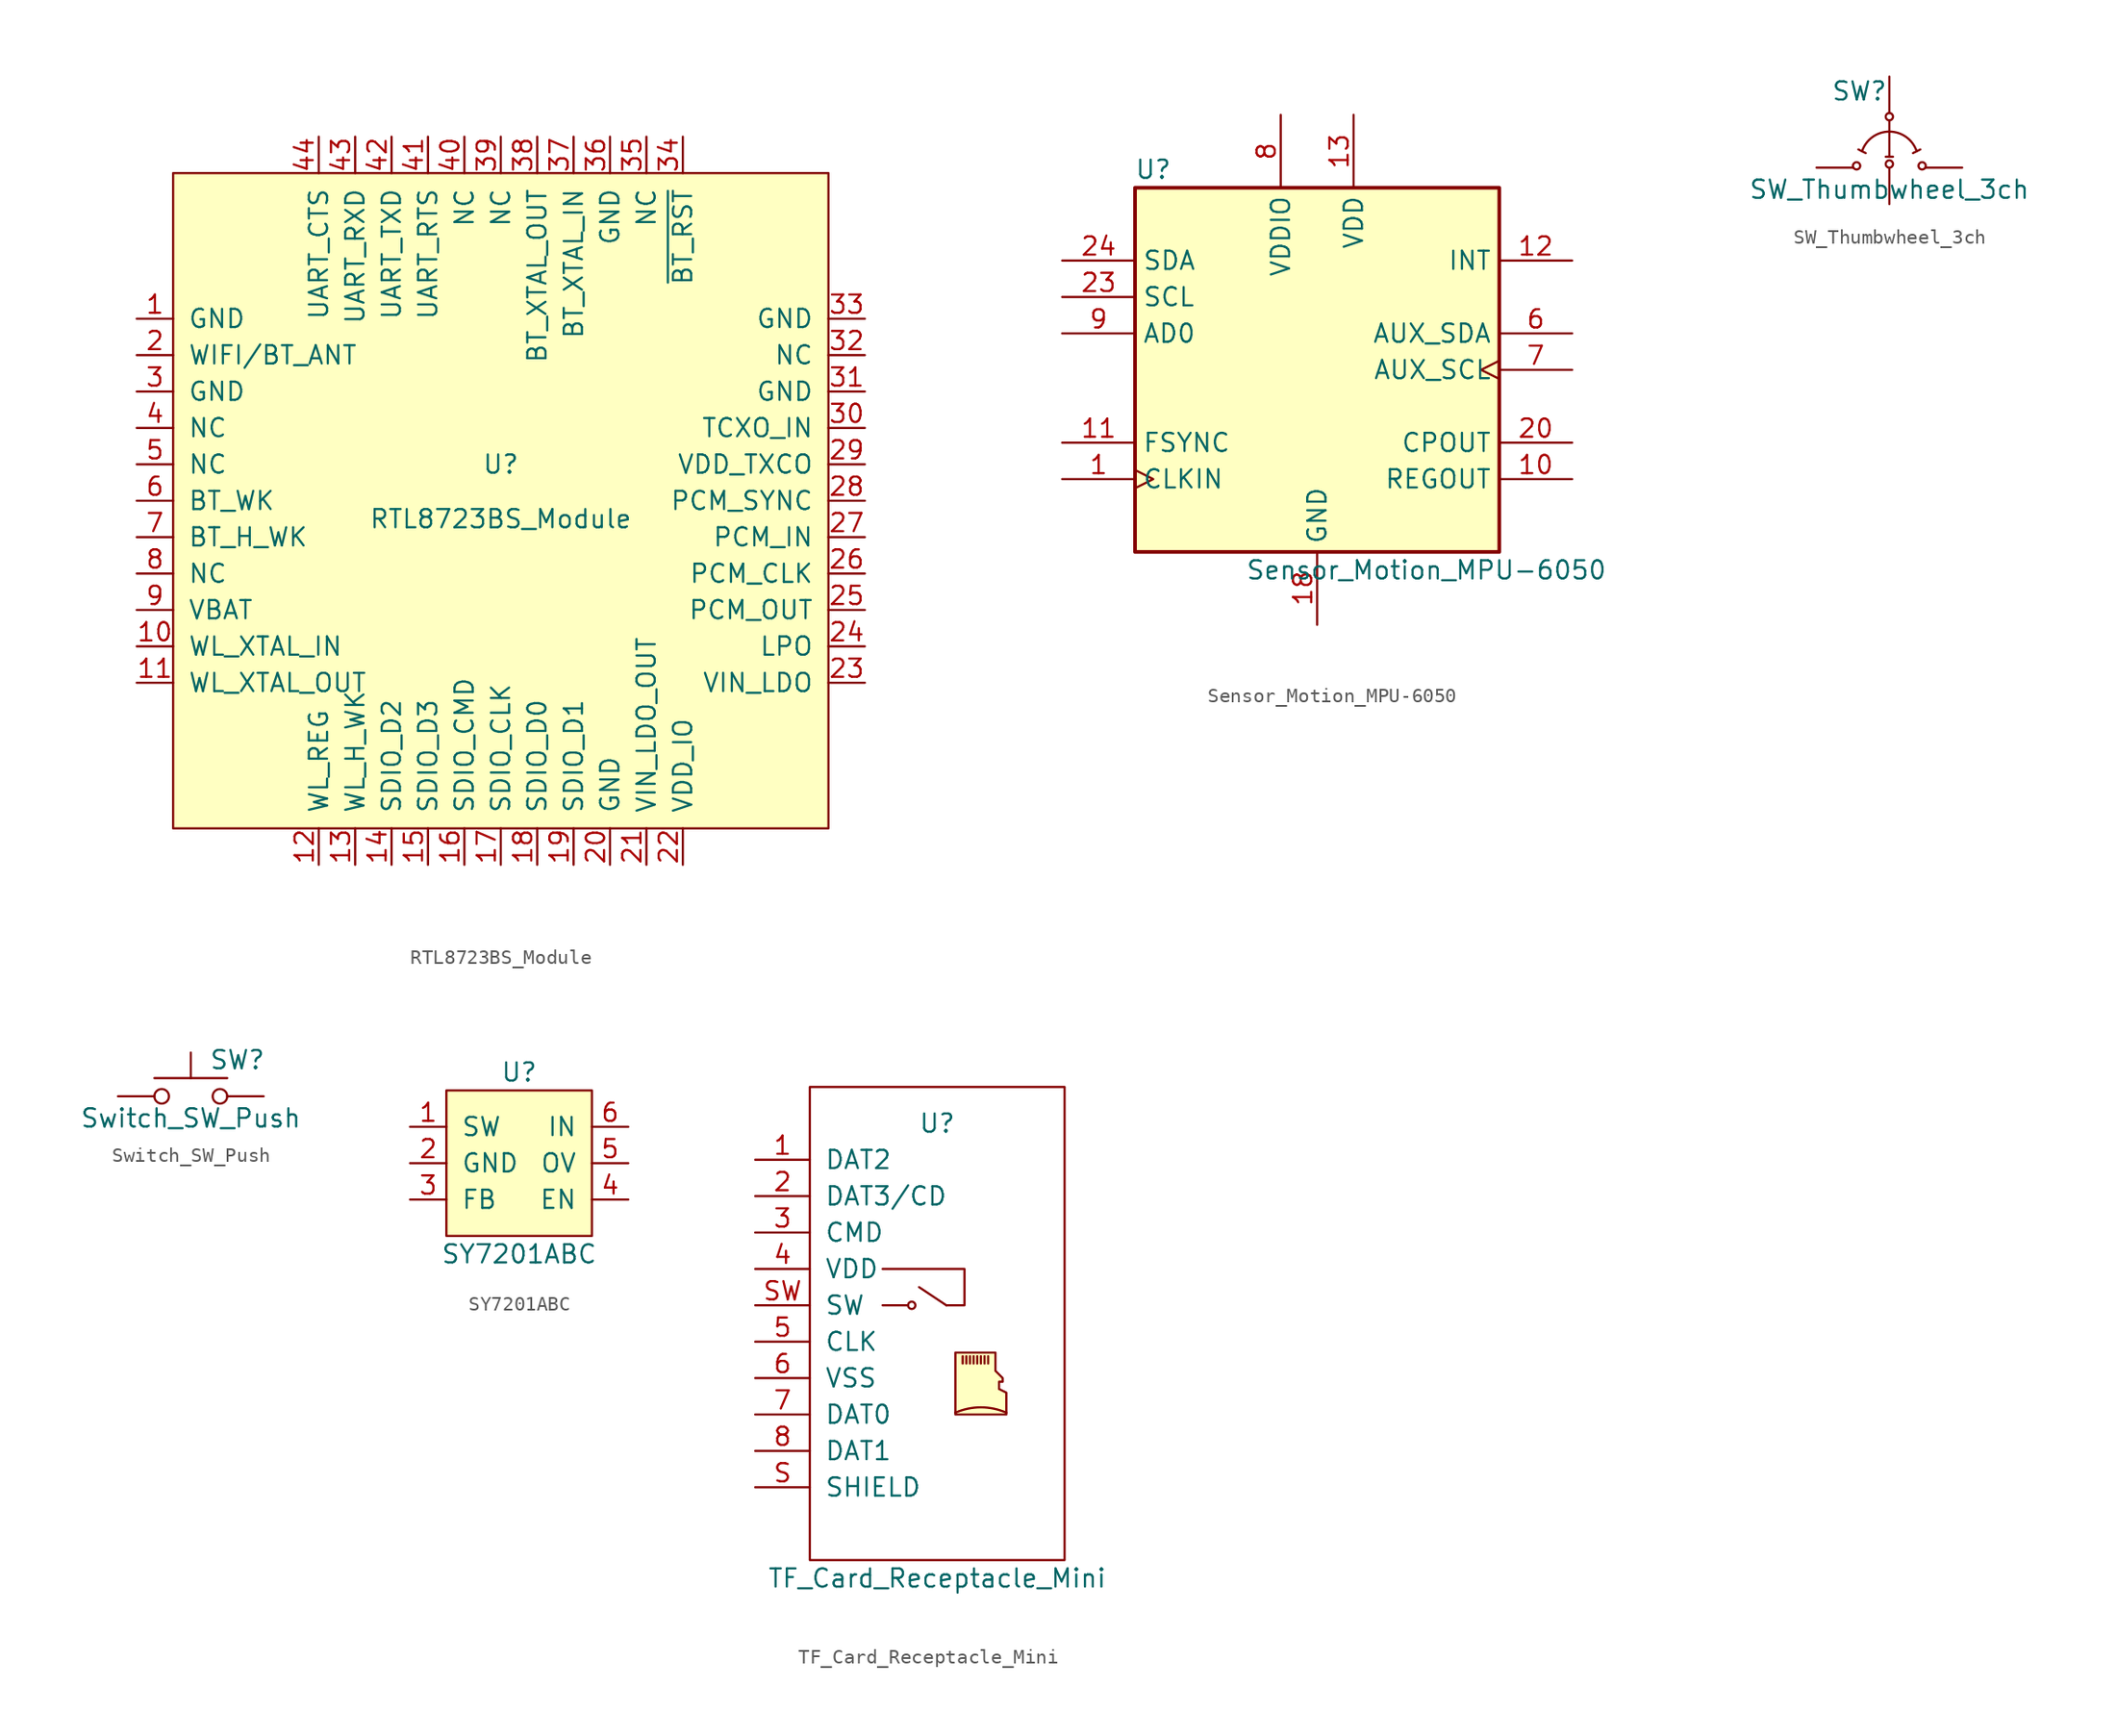
<source format=kicad_sym>
(kicad_symbol_lib
  (version 20201005)
  (generator kicad_symbol_editor)
  (symbol "xfdr0805:RTL8723BS_Module"
    (pin_names
      (offset 1.016))
    (property "Reference" "U"
      (at 0 2.54 0)
      (effects (font (size 1.27 1.27))))
    (property "Value" "RTL8723BS_Module"
      (at 0 -1.27 0)
      (effects (font (size 1.27 1.27))))
    (symbol "RTL8723BS_Module_0_1"
      (rectangle (start -22.86 22.86) (end 22.86 -22.86) (stroke (width 0)) (fill (type background))))
    (symbol "RTL8723BS_Module_1_1"
      (pin input line (at -25.4 12.7 0) (length 2.54) (name "GND" (effects (font (size 1.27 1.27)))) (number "1" (effects (font (size 1.27 1.27)))))
      (pin input line (at -25.4 -10.16 0) (length 2.54) (name "WL_XTAL_IN" (effects (font (size 1.27 1.27)))) (number "10" (effects (font (size 1.27 1.27)))))
      (pin input line (at -25.4 -12.7 0) (length 2.54) (name "WL_XTAL_OUT" (effects (font (size 1.27 1.27)))) (number "11" (effects (font (size 1.27 1.27)))))
      (pin input line (at -12.7 -25.4 90) (length 2.54) (name "WL_REG" (effects (font (size 1.27 1.27)))) (number "12" (effects (font (size 1.27 1.27)))))
      (pin input line (at -10.16 -25.4 90) (length 2.54) (name "WL_H_WK" (effects (font (size 1.27 1.27)))) (number "13" (effects (font (size 1.27 1.27)))))
      (pin input line (at -7.62 -25.4 90) (length 2.54) (name "SDIO_D2" (effects (font (size 1.27 1.27)))) (number "14" (effects (font (size 1.27 1.27)))))
      (pin input line (at -5.08 -25.4 90) (length 2.54) (name "SDIO_D3" (effects (font (size 1.27 1.27)))) (number "15" (effects (font (size 1.27 1.27)))))
      (pin input line (at -2.54 -25.4 90) (length 2.54) (name "SDIO_CMD" (effects (font (size 1.27 1.27)))) (number "16" (effects (font (size 1.27 1.27)))))
      (pin input line (at 0 -25.4 90) (length 2.54) (name "SDIO_CLK" (effects (font (size 1.27 1.27)))) (number "17" (effects (font (size 1.27 1.27)))))
      (pin input line (at 2.54 -25.4 90) (length 2.54) (name "SDIO_D0" (effects (font (size 1.27 1.27)))) (number "18" (effects (font (size 1.27 1.27)))))
      (pin input line (at 5.08 -25.4 90) (length 2.54) (name "SDIO_D1" (effects (font (size 1.27 1.27)))) (number "19" (effects (font (size 1.27 1.27)))))
      (pin input line (at -25.4 10.16 0) (length 2.54) (name "WIFI/BT_ANT" (effects (font (size 1.27 1.27)))) (number "2" (effects (font (size 1.27 1.27)))))
      (pin input line (at 7.62 -25.4 90) (length 2.54) (name "GND" (effects (font (size 1.27 1.27)))) (number "20" (effects (font (size 1.27 1.27)))))
      (pin input line (at 10.16 -25.4 90) (length 2.54) (name "VIN_LDO_OUT" (effects (font (size 1.27 1.27)))) (number "21" (effects (font (size 1.27 1.27)))))
      (pin input line (at 12.7 -25.4 90) (length 2.54) (name "VDD_IO" (effects (font (size 1.27 1.27)))) (number "22" (effects (font (size 1.27 1.27)))))
      (pin input line (at 25.4 -12.7 180) (length 2.54) (name "VIN_LDO" (effects (font (size 1.27 1.27)))) (number "23" (effects (font (size 1.27 1.27)))))
      (pin input line (at 25.4 -10.16 180) (length 2.54) (name "LPO" (effects (font (size 1.27 1.27)))) (number "24" (effects (font (size 1.27 1.27)))))
      (pin input line (at 25.4 -7.62 180) (length 2.54) (name "PCM_OUT" (effects (font (size 1.27 1.27)))) (number "25" (effects (font (size 1.27 1.27)))))
      (pin input line (at 25.4 -5.08 180) (length 2.54) (name "PCM_CLK" (effects (font (size 1.27 1.27)))) (number "26" (effects (font (size 1.27 1.27)))))
      (pin input line (at 25.4 -2.54 180) (length 2.54) (name "PCM_IN" (effects (font (size 1.27 1.27)))) (number "27" (effects (font (size 1.27 1.27)))))
      (pin input line (at 25.4 0 180) (length 2.54) (name "PCM_SYNC" (effects (font (size 1.27 1.27)))) (number "28" (effects (font (size 1.27 1.27)))))
      (pin input line (at 25.4 2.54 180) (length 2.54) (name "VDD_TXCO" (effects (font (size 1.27 1.27)))) (number "29" (effects (font (size 1.27 1.27)))))
      (pin input line (at -25.4 7.62 0) (length 2.54) (name "GND" (effects (font (size 1.27 1.27)))) (number "3" (effects (font (size 1.27 1.27)))))
      (pin input line (at 25.4 5.08 180) (length 2.54) (name "TCXO_IN" (effects (font (size 1.27 1.27)))) (number "30" (effects (font (size 1.27 1.27)))))
      (pin input line (at 25.4 7.62 180) (length 2.54) (name "GND" (effects (font (size 1.27 1.27)))) (number "31" (effects (font (size 1.27 1.27)))))
      (pin input line (at 25.4 10.16 180) (length 2.54) (name "NC" (effects (font (size 1.27 1.27)))) (number "32" (effects (font (size 1.27 1.27)))))
      (pin input line (at 25.4 12.7 180) (length 2.54) (name "GND" (effects (font (size 1.27 1.27)))) (number "33" (effects (font (size 1.27 1.27)))))
      (pin input line (at 12.7 25.4 270) (length 2.54) (name "~BT_RST" (effects (font (size 1.27 1.27)))) (number "34" (effects (font (size 1.27 1.27)))))
      (pin input line (at 10.16 25.4 270) (length 2.54) (name "NC" (effects (font (size 1.27 1.27)))) (number "35" (effects (font (size 1.27 1.27)))))
      (pin input line (at 7.62 25.4 270) (length 2.54) (name "GND" (effects (font (size 1.27 1.27)))) (number "36" (effects (font (size 1.27 1.27)))))
      (pin input line (at 5.08 25.4 270) (length 2.54) (name "BT_XTAL_IN" (effects (font (size 1.27 1.27)))) (number "37" (effects (font (size 1.27 1.27)))))
      (pin input line (at 2.54 25.4 270) (length 2.54) (name "BT_XTAL_OUT" (effects (font (size 1.27 1.27)))) (number "38" (effects (font (size 1.27 1.27)))))
      (pin input line (at 0 25.4 270) (length 2.54) (name "NC" (effects (font (size 1.27 1.27)))) (number "39" (effects (font (size 1.27 1.27)))))
      (pin input line (at -25.4 5.08 0) (length 2.54) (name "NC" (effects (font (size 1.27 1.27)))) (number "4" (effects (font (size 1.27 1.27)))))
      (pin input line (at -2.54 25.4 270) (length 2.54) (name "NC" (effects (font (size 1.27 1.27)))) (number "40" (effects (font (size 1.27 1.27)))))
      (pin input line (at -5.08 25.4 270) (length 2.54) (name "UART_RTS" (effects (font (size 1.27 1.27)))) (number "41" (effects (font (size 1.27 1.27)))))
      (pin input line (at -7.62 25.4 270) (length 2.54) (name "UART_TXD" (effects (font (size 1.27 1.27)))) (number "42" (effects (font (size 1.27 1.27)))))
      (pin input line (at -10.16 25.4 270) (length 2.54) (name "UART_RXD" (effects (font (size 1.27 1.27)))) (number "43" (effects (font (size 1.27 1.27)))))
      (pin input line (at -12.7 25.4 270) (length 2.54) (name "UART_CTS" (effects (font (size 1.27 1.27)))) (number "44" (effects (font (size 1.27 1.27)))))
      (pin input line (at -25.4 2.54 0) (length 2.54) (name "NC" (effects (font (size 1.27 1.27)))) (number "5" (effects (font (size 1.27 1.27)))))
      (pin input line (at -25.4 0 0) (length 2.54) (name "BT_WK" (effects (font (size 1.27 1.27)))) (number "6" (effects (font (size 1.27 1.27)))))
      (pin input line (at -25.4 -2.54 0) (length 2.54) (name "BT_H_WK" (effects (font (size 1.27 1.27)))) (number "7" (effects (font (size 1.27 1.27)))))
      (pin input line (at -25.4 -5.08 0) (length 2.54) (name "NC" (effects (font (size 1.27 1.27)))) (number "8" (effects (font (size 1.27 1.27)))))
      (pin input line (at -25.4 -7.62 0) (length 2.54) (name "VBAT" (effects (font (size 1.27 1.27)))) (number "9" (effects (font (size 1.27 1.27)))))))
  (symbol "xfdr0805:Sensor_Motion_MPU-6050"
    (property "Reference" "U"
      (at -11.43 13.97 0)
      (effects (font (size 1.27 1.27))))
    (property "Value" "Sensor_Motion_MPU-6050"
      (at 7.62 -13.97 0)
      (effects (font (size 1.27 1.27))))
    (symbol "Sensor_Motion_MPU-6050_0_1"
      (rectangle (start -12.7 12.7) (end 12.7 -12.7) (stroke (width 0.254)) (fill (type background))))
    (symbol "Sensor_Motion_MPU-6050_1_1"
      (pin input clock (at -17.78 -7.62 0) (length 5.08) (name "CLKIN" (effects (font (size 1.27 1.27)))) (number "1" (effects (font (size 1.27 1.27)))))
      (pin passive line (at 17.78 -7.62 180) (length 5.08) (name "REGOUT" (effects (font (size 1.27 1.27)))) (number "10" (effects (font (size 1.27 1.27)))))
      (pin input line (at -17.78 -5.08 0) (length 5.08) (name "FSYNC" (effects (font (size 1.27 1.27)))) (number "11" (effects (font (size 1.27 1.27)))))
      (pin output line (at 17.78 7.62 180) (length 5.08) (name "INT" (effects (font (size 1.27 1.27)))) (number "12" (effects (font (size 1.27 1.27)))))
      (pin power_in line (at 2.54 17.78 270) (length 5.08) (name "VDD" (effects (font (size 1.27 1.27)))) (number "13" (effects (font (size 1.27 1.27)))))
      (pin power_in line (at 0 -17.78 90) (length 5.08) (name "GND" (effects (font (size 1.27 1.27)))) (number "18" (effects (font (size 1.27 1.27)))))
      (pin passive line (at 17.78 -5.08 180) (length 5.08) (name "CPOUT" (effects (font (size 1.27 1.27)))) (number "20" (effects (font (size 1.27 1.27)))))
      (pin input line (at -17.78 5.08 0) (length 5.08) (name "SCL" (effects (font (size 1.27 1.27)))) (number "23" (effects (font (size 1.27 1.27)))))
      (pin bidirectional line (at -17.78 7.62 0) (length 5.08) (name "SDA" (effects (font (size 1.27 1.27)))) (number "24" (effects (font (size 1.27 1.27)))))
      (pin bidirectional line (at 17.78 2.54 180) (length 5.08) (name "AUX_SDA" (effects (font (size 1.27 1.27)))) (number "6" (effects (font (size 1.27 1.27)))))
      (pin output clock (at 17.78 0 180) (length 5.08) (name "AUX_SCL" (effects (font (size 1.27 1.27)))) (number "7" (effects (font (size 1.27 1.27)))))
      (pin power_in line (at -2.54 17.78 270) (length 5.08) (name "VDDIO" (effects (font (size 1.27 1.27)))) (number "8" (effects (font (size 1.27 1.27)))))
      (pin input line (at -17.78 2.54 0) (length 5.08) (name "AD0" (effects (font (size 1.27 1.27)))) (number "9" (effects (font (size 1.27 1.27)))))))
  (symbol "xfdr0805:SW_Thumbwheel_3ch"
    (pin_numbers hide)
    (pin_names
      (offset 1.016) hide)
    (property "Reference" "SW"
      (at -4.064 5.334 0)
      (effects (font (size 1.27 1.27)) (justify left)))
    (property "Value" "SW_Thumbwheel_3ch"
      (at 0 -1.524 0)
      (effects (font (size 1.27 1.27))))
    (symbol "SW_Thumbwheel_3ch_0_1"
      (arc (start 1.905 1.143) (end -1.905 1.143) (radius (at 0 0.508) (length 2.0066) (angles 18.4 161.6)) (stroke (width 0)) (fill (type none)))
      (circle (center -2.286 0.127) (radius 0.254) (stroke (width 0)) (fill (type none)))
      (circle (center 0 0.254) (radius 0.254) (stroke (width 0)) (fill (type none)))
      (circle (center 2.286 0.127) (radius 0.254) (stroke (width 0)) (fill (type none)))
      (polyline (pts (xy -2.159 1.27) (xy -1.651 1.016)) (stroke (width 0)) (fill (type none)))
      (polyline (pts (xy -0.254 0.762) (xy 0.254 0.762)) (stroke (width 0)) (fill (type none)))
      (polyline (pts (xy 0 3.302) (xy 0 0.762)) (stroke (width 0)) (fill (type none)))
      (polyline (pts (xy 1.651 1.016) (xy 2.159 1.27)) (stroke (width 0)) (fill (type none))))
    (symbol "SW_Thumbwheel_3ch_1_1"
      (circle (center 0 3.556) (radius 0.254) (stroke (width 0)) (fill (type none)))
      (pin input line (at -5.08 0 0) (length 2.54) (name "1" (effects (font (size 1.27 1.27)))) (number "1" (effects (font (size 1.27 1.27)))))
      (pin input line (at 5.08 0 180) (length 2.54) (name "2" (effects (font (size 1.27 1.27)))) (number "2" (effects (font (size 1.27 1.27)))))
      (pin input line (at 0 6.35 270) (length 2.54) (name "C" (effects (font (size 1.27 1.27)))) (number "C" (effects (font (size 1.27 1.27)))))
      (pin input line (at 0 -2.54 90) (length 2.54) (name "T" (effects (font (size 1.27 1.27)))) (number "T" (effects (font (size 1.27 1.27)))))))
  (symbol "xfdr0805:Switch_SW_Push"
    (pin_numbers hide)
    (pin_names
      (offset 1.016) hide)
    (property "Reference" "SW"
      (at 1.27 2.54 0)
      (effects (font (size 1.27 1.27)) (justify left)))
    (property "Value" "Switch_SW_Push"
      (at 0 -1.524 0)
      (effects (font (size 1.27 1.27))))
    (symbol "Switch_SW_Push_0_1"
      (circle (center -2.032 0) (radius 0.508) (stroke (width 0)) (fill (type none)))
      (circle (center 2.032 0) (radius 0.508) (stroke (width 0)) (fill (type none)))
      (polyline (pts (xy 0 1.27) (xy 0 3.048)) (stroke (width 0)) (fill (type none)))
      (polyline (pts (xy 2.54 1.27) (xy -2.54 1.27)) (stroke (width 0)) (fill (type none)))
      (pin passive line (at -5.08 0 0) (length 2.54) (name "1" (effects (font (size 1.27 1.27)))) (number "1" (effects (font (size 1.27 1.27)))))
      (pin passive line (at 5.08 0 180) (length 2.54) (name "2" (effects (font (size 1.27 1.27)))) (number "2" (effects (font (size 1.27 1.27)))))))
  (symbol "xfdr0805:SY7201ABC"
    (pin_names
      (offset 1.016))
    (property "Reference" "U"
      (at 0 6.35 0)
      (effects (font (size 1.27 1.27))))
    (property "Value" "SY7201ABC"
      (at 0 -6.35 0)
      (effects (font (size 1.27 1.27))))
    (symbol "SY7201ABC_0_1"
      (polyline (pts (xy -5.08 5.08) (xy 5.08 5.08) (xy 5.08 -5.08) (xy -5.08 -5.08) (xy -5.08 5.08)) (stroke (width 0)) (fill (type background))))
    (symbol "SY7201ABC_1_1"
      (pin input line (at -7.62 2.54 0) (length 2.54) (name "SW" (effects (font (size 1.27 1.27)))) (number "1" (effects (font (size 1.27 1.27)))))
      (pin input line (at -7.62 0 0) (length 2.54) (name "GND" (effects (font (size 1.27 1.27)))) (number "2" (effects (font (size 1.27 1.27)))))
      (pin input line (at -7.62 -2.54 0) (length 2.54) (name "FB" (effects (font (size 1.27 1.27)))) (number "3" (effects (font (size 1.27 1.27)))))
      (pin input line (at 7.62 -2.54 180) (length 2.54) (name "EN" (effects (font (size 1.27 1.27)))) (number "4" (effects (font (size 1.27 1.27)))))
      (pin input line (at 7.62 0 180) (length 2.54) (name "OV" (effects (font (size 1.27 1.27)))) (number "5" (effects (font (size 1.27 1.27)))))
      (pin input line (at 7.62 2.54 180) (length 2.54) (name "IN" (effects (font (size 1.27 1.27)))) (number "6" (effects (font (size 1.27 1.27)))))))
  (symbol "xfdr0805:TF_Card_Receptacle_Mini"
    (pin_names
      (offset 1.016))
    (property "Reference" "U"
      (at 0 13.97 0)
      (effects (font (size 1.27 1.27))))
    (property "Value" "TF_Card_Receptacle_Mini"
      (at 0 -17.78 0)
      (effects (font (size 1.27 1.27))))
    (symbol "TF_Card_Receptacle_Mini_0_1"
      (arc (start 4.826 -6.223) (end 1.27 -6.223) (radius (at 3.048 -10.287) (length 4.445) (angles 66.4 113.6)) (stroke (width 0)) (fill (type none)))
      (circle (center -1.778 1.27) (radius 0.254) (stroke (width 0)) (fill (type none)))
      (rectangle (start -8.89 16.51) (end 8.89 -16.51) (stroke (width 0)) (fill (type none)))
      (rectangle (start 1.778 -2.286) (end 1.778 -2.794) (stroke (width 0)) (fill (type outline)))
      (rectangle (start 2.032 -2.286) (end 2.032 -2.794) (stroke (width 0)) (fill (type outline)))
      (rectangle (start 2.286 -2.286) (end 2.286 -2.794) (stroke (width 0)) (fill (type outline)))
      (rectangle (start 2.54 -2.286) (end 2.54 -2.794) (stroke (width 0)) (fill (type outline)))
      (rectangle (start 2.794 -2.286) (end 2.794 -2.794) (stroke (width 0)) (fill (type outline)))
      (rectangle (start 3.048 -2.286) (end 3.048 -2.794) (stroke (width 0)) (fill (type outline)))
      (rectangle (start 3.302 -2.286) (end 3.302 -2.794) (stroke (width 0)) (fill (type outline)))
      (rectangle (start 3.556 -2.286) (end 3.556 -2.794) (stroke (width 0)) (fill (type outline)))
      (polyline (pts (xy -3.81 1.27) (xy -2.032 1.27)) (stroke (width 0)) (fill (type none)))
      (polyline (pts (xy 0.635 1.27) (xy -1.27 2.54)) (stroke (width 0)) (fill (type none)))
      (polyline (pts (xy -3.81 3.81) (xy 1.905 3.81) (xy 1.905 1.27) (xy 0.635 1.27)) (stroke (width 0)) (fill (type none)))
      (polyline (pts (xy 1.27 -2.032) (xy 1.27 -6.35) (xy 4.826 -6.35) (xy 4.826 -4.826) (xy 4.318 -4.572) (xy 4.318 -4.064) (xy 4.572 -4.064) (xy 4.572 -3.81) (xy 4.064 -3.302) (xy 4.064 -2.032) (xy 1.27 -2.032)) (stroke (width 0)) (fill (type background))))
    (symbol "TF_Card_Receptacle_Mini_1_1"
      (pin bidirectional line (at -12.7 11.43 0) (length 3.81) (name "DAT2" (effects (font (size 1.27 1.27)))) (number "1" (effects (font (size 1.27 1.27)))))
      (pin bidirectional line (at -12.7 8.89 0) (length 3.81) (name "DAT3/CD" (effects (font (size 1.27 1.27)))) (number "2" (effects (font (size 1.27 1.27)))))
      (pin input line (at -12.7 6.35 0) (length 3.81) (name "CMD" (effects (font (size 1.27 1.27)))) (number "3" (effects (font (size 1.27 1.27)))))
      (pin power_in line (at -12.7 3.81 0) (length 3.81) (name "VDD" (effects (font (size 1.27 1.27)))) (number "4" (effects (font (size 1.27 1.27)))))
      (pin input line (at -12.7 -1.27 0) (length 3.81) (name "CLK" (effects (font (size 1.27 1.27)))) (number "5" (effects (font (size 1.27 1.27)))))
      (pin power_in line (at -12.7 -3.81 0) (length 3.81) (name "VSS" (effects (font (size 1.27 1.27)))) (number "6" (effects (font (size 1.27 1.27)))))
      (pin bidirectional line (at -12.7 -6.35 0) (length 3.81) (name "DAT0" (effects (font (size 1.27 1.27)))) (number "7" (effects (font (size 1.27 1.27)))))
      (pin bidirectional line (at -12.7 -8.89 0) (length 3.81) (name "DAT1" (effects (font (size 1.27 1.27)))) (number "8" (effects (font (size 1.27 1.27)))))
      (pin passive line (at -12.7 -11.43 0) (length 3.81) (name "SHIELD" (effects (font (size 1.27 1.27)))) (number "S" (effects (font (size 1.27 1.27)))))
      (pin passive line (at -12.7 1.27 0) (length 3.81) (name "SW" (effects (font (size 1.27 1.27)))) (number "SW" (effects (font (size 1.27 1.27))))))))
</source>
